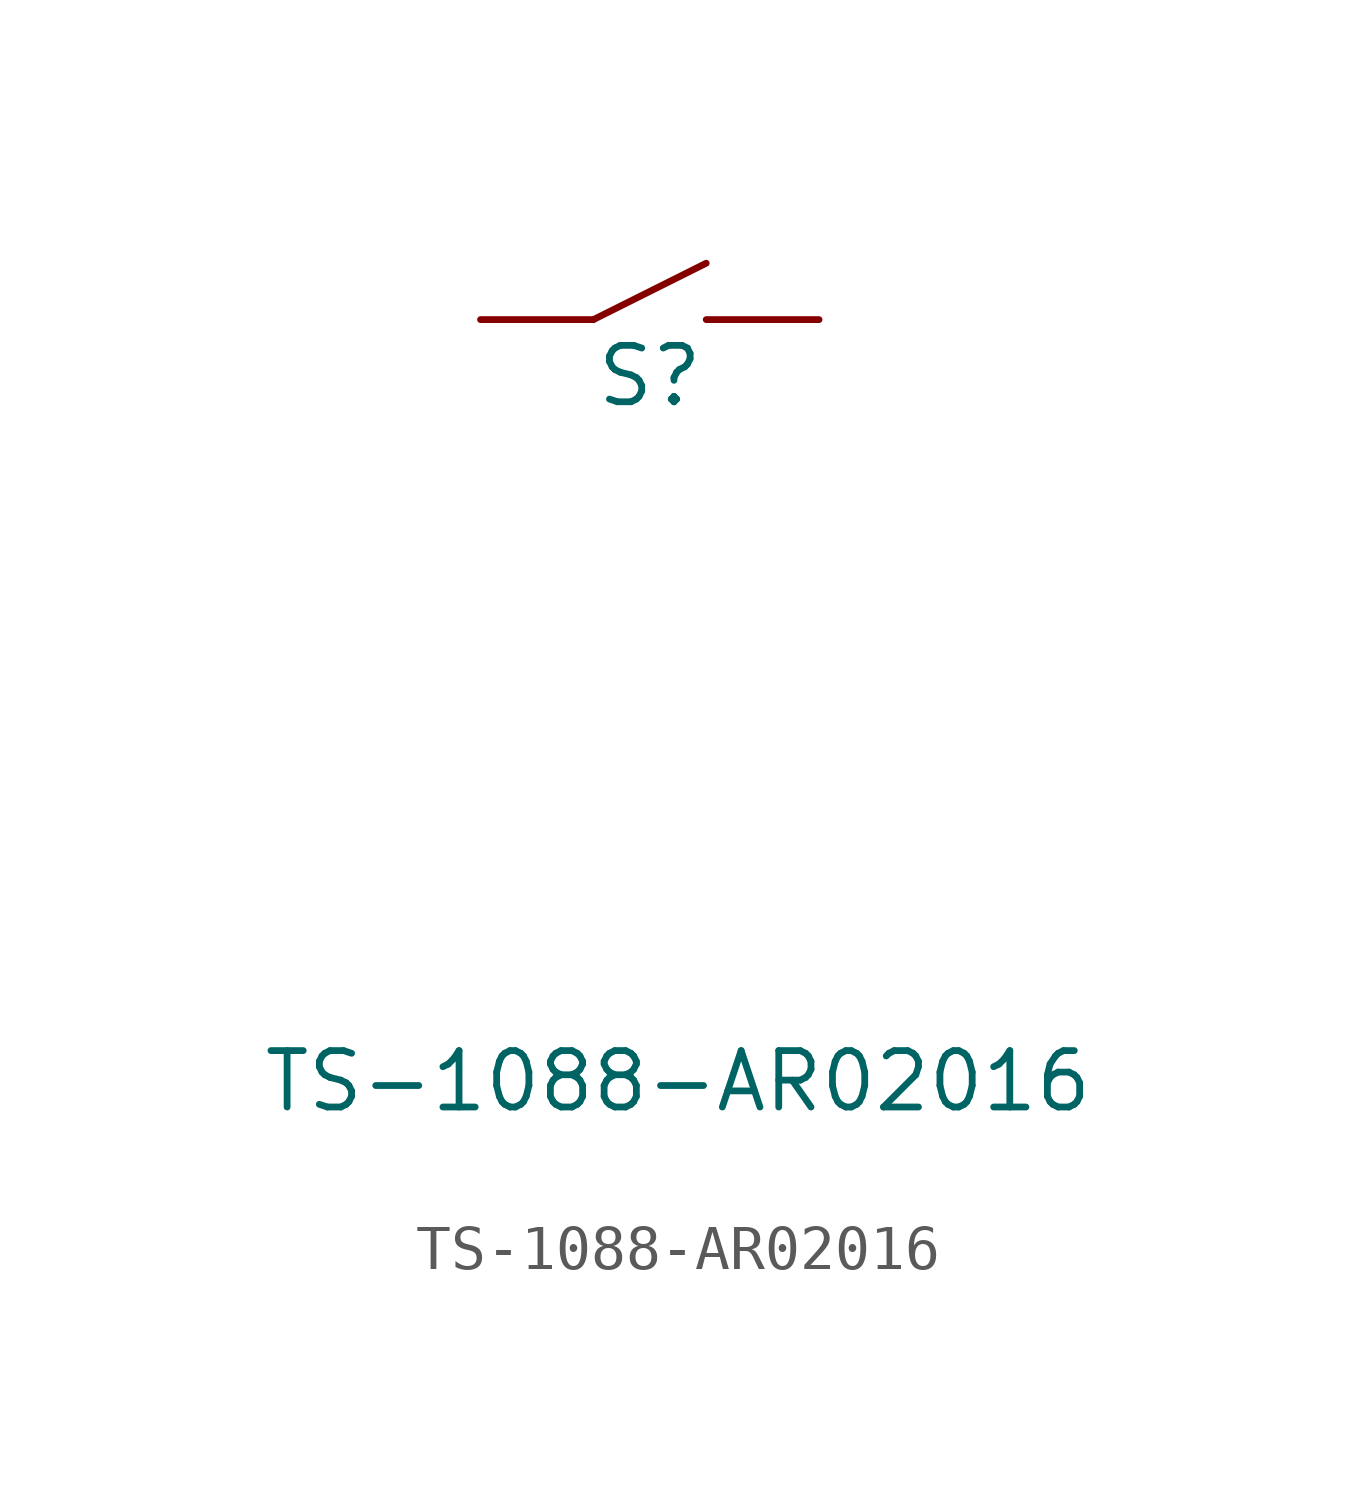
<source format=kicad_sym>
(kicad_symbol_lib
  (version 20241209)
  (generator "kicad_symbol_editor")
  (generator_version "9.0")
  (symbol "TS-1088-AR02016"
    (pin_numbers
      (hide yes))
    (pin_names
      (hide yes))
    (property "Reference" "S"
      (at 0 -1.27 0)
      (effects (font (size 1.27 1.27))))
    (property "Value" "TS-1088-AR02016"
      (at 0.635 -17.145 0)
      (effects (font (size 1.27 1.27))))
    (symbol "TS-1088-AR02016_0_1"
      (polyline (pts (xy -1.27 0) (xy 1.27 1.27)) (stroke (width 0) (type default)) (fill (type none))))
    (symbol "TS-1088-AR02016_1_0"
      (pin bidirectional line (at -3.81 0 0) (length 2.54) (name "1" (effects (font (size 1.27 1.27)))) (number "1" (effects (font (size 1.27 1.27)))))
      (pin bidirectional line (at 3.81 0 180) (length 2.54) (name "2" (effects (font (size 1.27 1.27)))) (number "2" (effects (font (size 1.27 1.27))))))))
</source>
